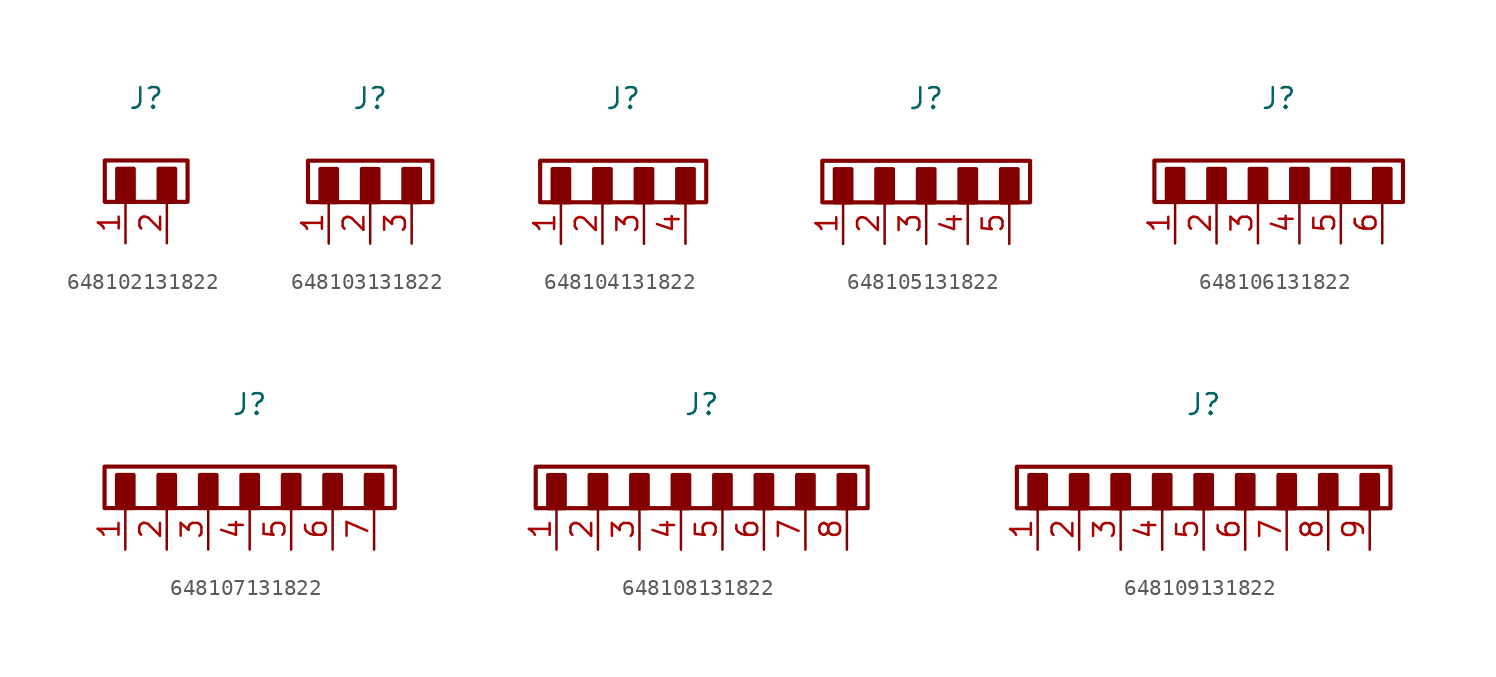
<source format=kicad_sym>
(kicad_symbol_lib
  (version 20241209)
  (generator "kicad_symbol_editor")
  (generator_version "9.0")
  (symbol "648102131822"
    (pin_names
      (hide yes))
    (property "Reference" "J"
      (at 0 5.08 0)
      (effects (font (size 1.27 1.27))))
    (symbol "648102131822_1_1"
      (rectangle (start -2.54 1.27) (end 2.54 -1.27) (stroke (width 0.254) (type solid)) (fill (type none)))
      (rectangle (start -0.762 0.762) (end -1.778 -1.27) (stroke (width 0.254) (type solid)) (fill (type outline)))
      (rectangle (start 1.778 0.762) (end 0.762 -1.27) (stroke (width 0.254) (type solid)) (fill (type outline)))
      (pin passive line (at -1.27 -3.81 90) (length 2.54) (name "1" (effects (font (size 1.27 1.27)))) (number "1" (effects (font (size 1.27 1.27)))))
      (pin passive line (at 1.27 -3.81 90) (length 2.54) (name "2" (effects (font (size 1.27 1.27)))) (number "2" (effects (font (size 1.27 1.27)))))))
  (symbol "648103131822"
    (pin_names
      (hide yes))
    (property "Reference" "J"
      (at 0 5.08 0)
      (effects (font (size 1.27 1.27))))
    (symbol "648103131822_1_1"
      (rectangle (start -3.81 1.27) (end 3.81 -1.27) (stroke (width 0.254) (type solid)) (fill (type none)))
      (rectangle (start -2.032 0.762) (end -3.048 -1.27) (stroke (width 0.254) (type solid)) (fill (type outline)))
      (rectangle (start 0.508 0.762) (end -0.508 -1.27) (stroke (width 0.254) (type solid)) (fill (type outline)))
      (rectangle (start 3.048 0.762) (end 2.032 -1.27) (stroke (width 0.254) (type solid)) (fill (type outline)))
      (pin passive line (at -2.54 -3.81 90) (length 2.54) (name "1" (effects (font (size 1.27 1.27)))) (number "1" (effects (font (size 1.27 1.27)))))
      (pin passive line (at 0 -3.81 90) (length 2.54) (name "2" (effects (font (size 1.27 1.27)))) (number "2" (effects (font (size 1.27 1.27)))))
      (pin passive line (at 2.54 -3.81 90) (length 2.54) (name "3" (effects (font (size 1.27 1.27)))) (number "3" (effects (font (size 1.27 1.27)))))))
  (symbol "648104131822"
    (pin_names
      (hide yes))
    (property "Reference" "J"
      (at 0 5.08 0)
      (effects (font (size 1.27 1.27))))
    (symbol "648104131822_1_1"
      (rectangle (start -5.08 1.27) (end 5.08 -1.27) (stroke (width 0.254) (type solid)) (fill (type none)))
      (rectangle (start -3.302 0.762) (end -4.318 -1.27) (stroke (width 0.254) (type solid)) (fill (type outline)))
      (rectangle (start -0.762 0.762) (end -1.778 -1.27) (stroke (width 0.254) (type solid)) (fill (type outline)))
      (rectangle (start 1.778 0.762) (end 0.762 -1.27) (stroke (width 0.254) (type solid)) (fill (type outline)))
      (rectangle (start 4.318 0.762) (end 3.302 -1.27) (stroke (width 0.254) (type solid)) (fill (type outline)))
      (pin passive line (at -3.81 -3.81 90) (length 2.54) (name "1" (effects (font (size 1.27 1.27)))) (number "1" (effects (font (size 1.27 1.27)))))
      (pin passive line (at -1.27 -3.81 90) (length 2.54) (name "2" (effects (font (size 1.27 1.27)))) (number "2" (effects (font (size 1.27 1.27)))))
      (pin passive line (at 1.27 -3.81 90) (length 2.54) (name "3" (effects (font (size 1.27 1.27)))) (number "3" (effects (font (size 1.27 1.27)))))
      (pin passive line (at 3.81 -3.81 90) (length 2.54) (name "4" (effects (font (size 1.27 1.27)))) (number "4" (effects (font (size 1.27 1.27)))))))
  (symbol "648105131822"
    (pin_names
      (hide yes))
    (property "Reference" "J"
      (at 0 5.08 0)
      (effects (font (size 1.27 1.27))))
    (symbol "648105131822_1_1"
      (rectangle (start -6.35 1.27) (end 6.35 -1.27) (stroke (width 0.254) (type solid)) (fill (type none)))
      (rectangle (start -4.572 0.762) (end -5.588 -1.27) (stroke (width 0.254) (type solid)) (fill (type outline)))
      (rectangle (start -2.032 0.762) (end -3.048 -1.27) (stroke (width 0.254) (type solid)) (fill (type outline)))
      (rectangle (start 0.508 0.762) (end -0.508 -1.27) (stroke (width 0.254) (type solid)) (fill (type outline)))
      (rectangle (start 3.048 0.762) (end 2.032 -1.27) (stroke (width 0.254) (type solid)) (fill (type outline)))
      (rectangle (start 5.588 0.762) (end 4.572 -1.27) (stroke (width 0.254) (type solid)) (fill (type outline)))
      (pin passive line (at -5.08 -3.81 90) (length 2.54) (name "1" (effects (font (size 1.27 1.27)))) (number "1" (effects (font (size 1.27 1.27)))))
      (pin passive line (at -2.54 -3.81 90) (length 2.54) (name "2" (effects (font (size 1.27 1.27)))) (number "2" (effects (font (size 1.27 1.27)))))
      (pin passive line (at 0 -3.81 90) (length 2.54) (name "3" (effects (font (size 1.27 1.27)))) (number "3" (effects (font (size 1.27 1.27)))))
      (pin passive line (at 2.54 -3.81 90) (length 2.54) (name "4" (effects (font (size 1.27 1.27)))) (number "4" (effects (font (size 1.27 1.27)))))
      (pin passive line (at 5.08 -3.81 90) (length 2.54) (name "5" (effects (font (size 1.27 1.27)))) (number "5" (effects (font (size 1.27 1.27)))))))
  (symbol "648106131822"
    (pin_names
      (hide yes))
    (property "Reference" "J"
      (at 0 5.08 0)
      (effects (font (size 1.27 1.27))))
    (symbol "648106131822_1_1"
      (rectangle (start -7.62 1.27) (end 7.62 -1.27) (stroke (width 0.254) (type solid)) (fill (type none)))
      (rectangle (start -5.842 0.762) (end -6.858 -1.27) (stroke (width 0.254) (type solid)) (fill (type outline)))
      (rectangle (start -3.302 0.762) (end -4.318 -1.27) (stroke (width 0.254) (type solid)) (fill (type outline)))
      (rectangle (start -0.762 0.762) (end -1.778 -1.27) (stroke (width 0.254) (type solid)) (fill (type outline)))
      (rectangle (start 1.778 0.762) (end 0.762 -1.27) (stroke (width 0.254) (type solid)) (fill (type outline)))
      (rectangle (start 4.318 0.762) (end 3.302 -1.27) (stroke (width 0.254) (type solid)) (fill (type outline)))
      (rectangle (start 6.858 0.762) (end 5.842 -1.27) (stroke (width 0.254) (type solid)) (fill (type outline)))
      (pin passive line (at -6.35 -3.81 90) (length 2.54) (name "1" (effects (font (size 1.27 1.27)))) (number "1" (effects (font (size 1.27 1.27)))))
      (pin passive line (at -3.81 -3.81 90) (length 2.54) (name "2" (effects (font (size 1.27 1.27)))) (number "2" (effects (font (size 1.27 1.27)))))
      (pin passive line (at -1.27 -3.81 90) (length 2.54) (name "3" (effects (font (size 1.27 1.27)))) (number "3" (effects (font (size 1.27 1.27)))))
      (pin passive line (at 1.27 -3.81 90) (length 2.54) (name "4" (effects (font (size 1.27 1.27)))) (number "4" (effects (font (size 1.27 1.27)))))
      (pin passive line (at 3.81 -3.81 90) (length 2.54) (name "5" (effects (font (size 1.27 1.27)))) (number "5" (effects (font (size 1.27 1.27)))))
      (pin passive line (at 6.35 -3.81 90) (length 2.54) (name "6" (effects (font (size 1.27 1.27)))) (number "6" (effects (font (size 1.27 1.27)))))))
  (symbol "648107131822"
    (pin_names
      (hide yes))
    (property "Reference" "J"
      (at 0 5.08 0)
      (effects (font (size 1.27 1.27))))
    (symbol "648107131822_1_1"
      (rectangle (start -8.89 1.27) (end 8.89 -1.27) (stroke (width 0.254) (type solid)) (fill (type none)))
      (rectangle (start -7.112 0.762) (end -8.128 -1.27) (stroke (width 0.254) (type solid)) (fill (type outline)))
      (rectangle (start -4.572 0.762) (end -5.588 -1.27) (stroke (width 0.254) (type solid)) (fill (type outline)))
      (rectangle (start -2.032 0.762) (end -3.048 -1.27) (stroke (width 0.254) (type solid)) (fill (type outline)))
      (rectangle (start 0.508 0.762) (end -0.508 -1.27) (stroke (width 0.254) (type solid)) (fill (type outline)))
      (rectangle (start 3.048 0.762) (end 2.032 -1.27) (stroke (width 0.254) (type solid)) (fill (type outline)))
      (rectangle (start 5.588 0.762) (end 4.572 -1.27) (stroke (width 0.254) (type solid)) (fill (type outline)))
      (rectangle (start 8.128 0.762) (end 7.112 -1.27) (stroke (width 0.254) (type solid)) (fill (type outline)))
      (pin passive line (at -7.62 -3.81 90) (length 2.54) (name "1" (effects (font (size 1.27 1.27)))) (number "1" (effects (font (size 1.27 1.27)))))
      (pin passive line (at -5.08 -3.81 90) (length 2.54) (name "2" (effects (font (size 1.27 1.27)))) (number "2" (effects (font (size 1.27 1.27)))))
      (pin passive line (at -2.54 -3.81 90) (length 2.54) (name "3" (effects (font (size 1.27 1.27)))) (number "3" (effects (font (size 1.27 1.27)))))
      (pin passive line (at 0 -3.81 90) (length 2.54) (name "4" (effects (font (size 1.27 1.27)))) (number "4" (effects (font (size 1.27 1.27)))))
      (pin passive line (at 2.54 -3.81 90) (length 2.54) (name "5" (effects (font (size 1.27 1.27)))) (number "5" (effects (font (size 1.27 1.27)))))
      (pin passive line (at 5.08 -3.81 90) (length 2.54) (name "6" (effects (font (size 1.27 1.27)))) (number "6" (effects (font (size 1.27 1.27)))))
      (pin passive line (at 7.62 -3.81 90) (length 2.54) (name "7" (effects (font (size 1.27 1.27)))) (number "7" (effects (font (size 1.27 1.27)))))))
  (symbol "648108131822"
    (pin_names
      (hide yes))
    (property "Reference" "J"
      (at 0 5.08 0)
      (effects (font (size 1.27 1.27))))
    (symbol "648108131822_1_1"
      (rectangle (start -10.16 1.27) (end 10.16 -1.27) (stroke (width 0.254) (type solid)) (fill (type none)))
      (rectangle (start -8.382 0.762) (end -9.398 -1.27) (stroke (width 0.254) (type solid)) (fill (type outline)))
      (rectangle (start -5.842 0.762) (end -6.858 -1.27) (stroke (width 0.254) (type solid)) (fill (type outline)))
      (rectangle (start -3.302 0.762) (end -4.318 -1.27) (stroke (width 0.254) (type solid)) (fill (type outline)))
      (rectangle (start -0.762 0.762) (end -1.778 -1.27) (stroke (width 0.254) (type solid)) (fill (type outline)))
      (rectangle (start 1.778 0.762) (end 0.762 -1.27) (stroke (width 0.254) (type solid)) (fill (type outline)))
      (rectangle (start 4.318 0.762) (end 3.302 -1.27) (stroke (width 0.254) (type solid)) (fill (type outline)))
      (rectangle (start 6.858 0.762) (end 5.842 -1.27) (stroke (width 0.254) (type solid)) (fill (type outline)))
      (rectangle (start 9.398 0.762) (end 8.382 -1.27) (stroke (width 0.254) (type solid)) (fill (type outline)))
      (pin passive line (at -8.89 -3.81 90) (length 2.54) (name "1" (effects (font (size 1.27 1.27)))) (number "1" (effects (font (size 1.27 1.27)))))
      (pin passive line (at -6.35 -3.81 90) (length 2.54) (name "2" (effects (font (size 1.27 1.27)))) (number "2" (effects (font (size 1.27 1.27)))))
      (pin passive line (at -3.81 -3.81 90) (length 2.54) (name "3" (effects (font (size 1.27 1.27)))) (number "3" (effects (font (size 1.27 1.27)))))
      (pin passive line (at -1.27 -3.81 90) (length 2.54) (name "4" (effects (font (size 1.27 1.27)))) (number "4" (effects (font (size 1.27 1.27)))))
      (pin passive line (at 1.27 -3.81 90) (length 2.54) (name "5" (effects (font (size 1.27 1.27)))) (number "5" (effects (font (size 1.27 1.27)))))
      (pin passive line (at 3.81 -3.81 90) (length 2.54) (name "6" (effects (font (size 1.27 1.27)))) (number "6" (effects (font (size 1.27 1.27)))))
      (pin passive line (at 6.35 -3.81 90) (length 2.54) (name "7" (effects (font (size 1.27 1.27)))) (number "7" (effects (font (size 1.27 1.27)))))
      (pin passive line (at 8.89 -3.81 90) (length 2.54) (name "8" (effects (font (size 1.27 1.27)))) (number "8" (effects (font (size 1.27 1.27)))))))
  (symbol "648109131822"
    (pin_names
      (hide yes))
    (property "Reference" "J"
      (at 0 5.08 0)
      (effects (font (size 1.27 1.27))))
    (symbol "648109131822_1_1"
      (rectangle (start -11.43 1.27) (end 11.43 -1.27) (stroke (width 0.254) (type solid)) (fill (type none)))
      (rectangle (start -9.652 0.762) (end -10.668 -1.27) (stroke (width 0.254) (type solid)) (fill (type outline)))
      (rectangle (start -7.112 0.762) (end -8.128 -1.27) (stroke (width 0.254) (type solid)) (fill (type outline)))
      (rectangle (start -4.572 0.762) (end -5.588 -1.27) (stroke (width 0.254) (type solid)) (fill (type outline)))
      (rectangle (start -2.032 0.762) (end -3.048 -1.27) (stroke (width 0.254) (type solid)) (fill (type outline)))
      (rectangle (start 0.508 0.762) (end -0.508 -1.27) (stroke (width 0.254) (type solid)) (fill (type outline)))
      (rectangle (start 3.048 0.762) (end 2.032 -1.27) (stroke (width 0.254) (type solid)) (fill (type outline)))
      (rectangle (start 5.588 0.762) (end 4.572 -1.27) (stroke (width 0.254) (type solid)) (fill (type outline)))
      (rectangle (start 8.128 0.762) (end 7.112 -1.27) (stroke (width 0.254) (type solid)) (fill (type outline)))
      (rectangle (start 10.668 0.762) (end 9.652 -1.27) (stroke (width 0.254) (type solid)) (fill (type outline)))
      (pin passive line (at -10.16 -3.81 90) (length 2.54) (name "1" (effects (font (size 1.27 1.27)))) (number "1" (effects (font (size 1.27 1.27)))))
      (pin passive line (at -7.62 -3.81 90) (length 2.54) (name "2" (effects (font (size 1.27 1.27)))) (number "2" (effects (font (size 1.27 1.27)))))
      (pin passive line (at -5.08 -3.81 90) (length 2.54) (name "3" (effects (font (size 1.27 1.27)))) (number "3" (effects (font (size 1.27 1.27)))))
      (pin passive line (at -2.54 -3.81 90) (length 2.54) (name "4" (effects (font (size 1.27 1.27)))) (number "4" (effects (font (size 1.27 1.27)))))
      (pin passive line (at 0 -3.81 90) (length 2.54) (name "5" (effects (font (size 1.27 1.27)))) (number "5" (effects (font (size 1.27 1.27)))))
      (pin passive line (at 2.54 -3.81 90) (length 2.54) (name "6" (effects (font (size 1.27 1.27)))) (number "6" (effects (font (size 1.27 1.27)))))
      (pin passive line (at 5.08 -3.81 90) (length 2.54) (name "7" (effects (font (size 1.27 1.27)))) (number "7" (effects (font (size 1.27 1.27)))))
      (pin passive line (at 7.62 -3.81 90) (length 2.54) (name "8" (effects (font (size 1.27 1.27)))) (number "8" (effects (font (size 1.27 1.27)))))
      (pin passive line (at 10.16 -3.81 90) (length 2.54) (name "9" (effects (font (size 1.27 1.27)))) (number "9" (effects (font (size 1.27 1.27))))))))
</source>
